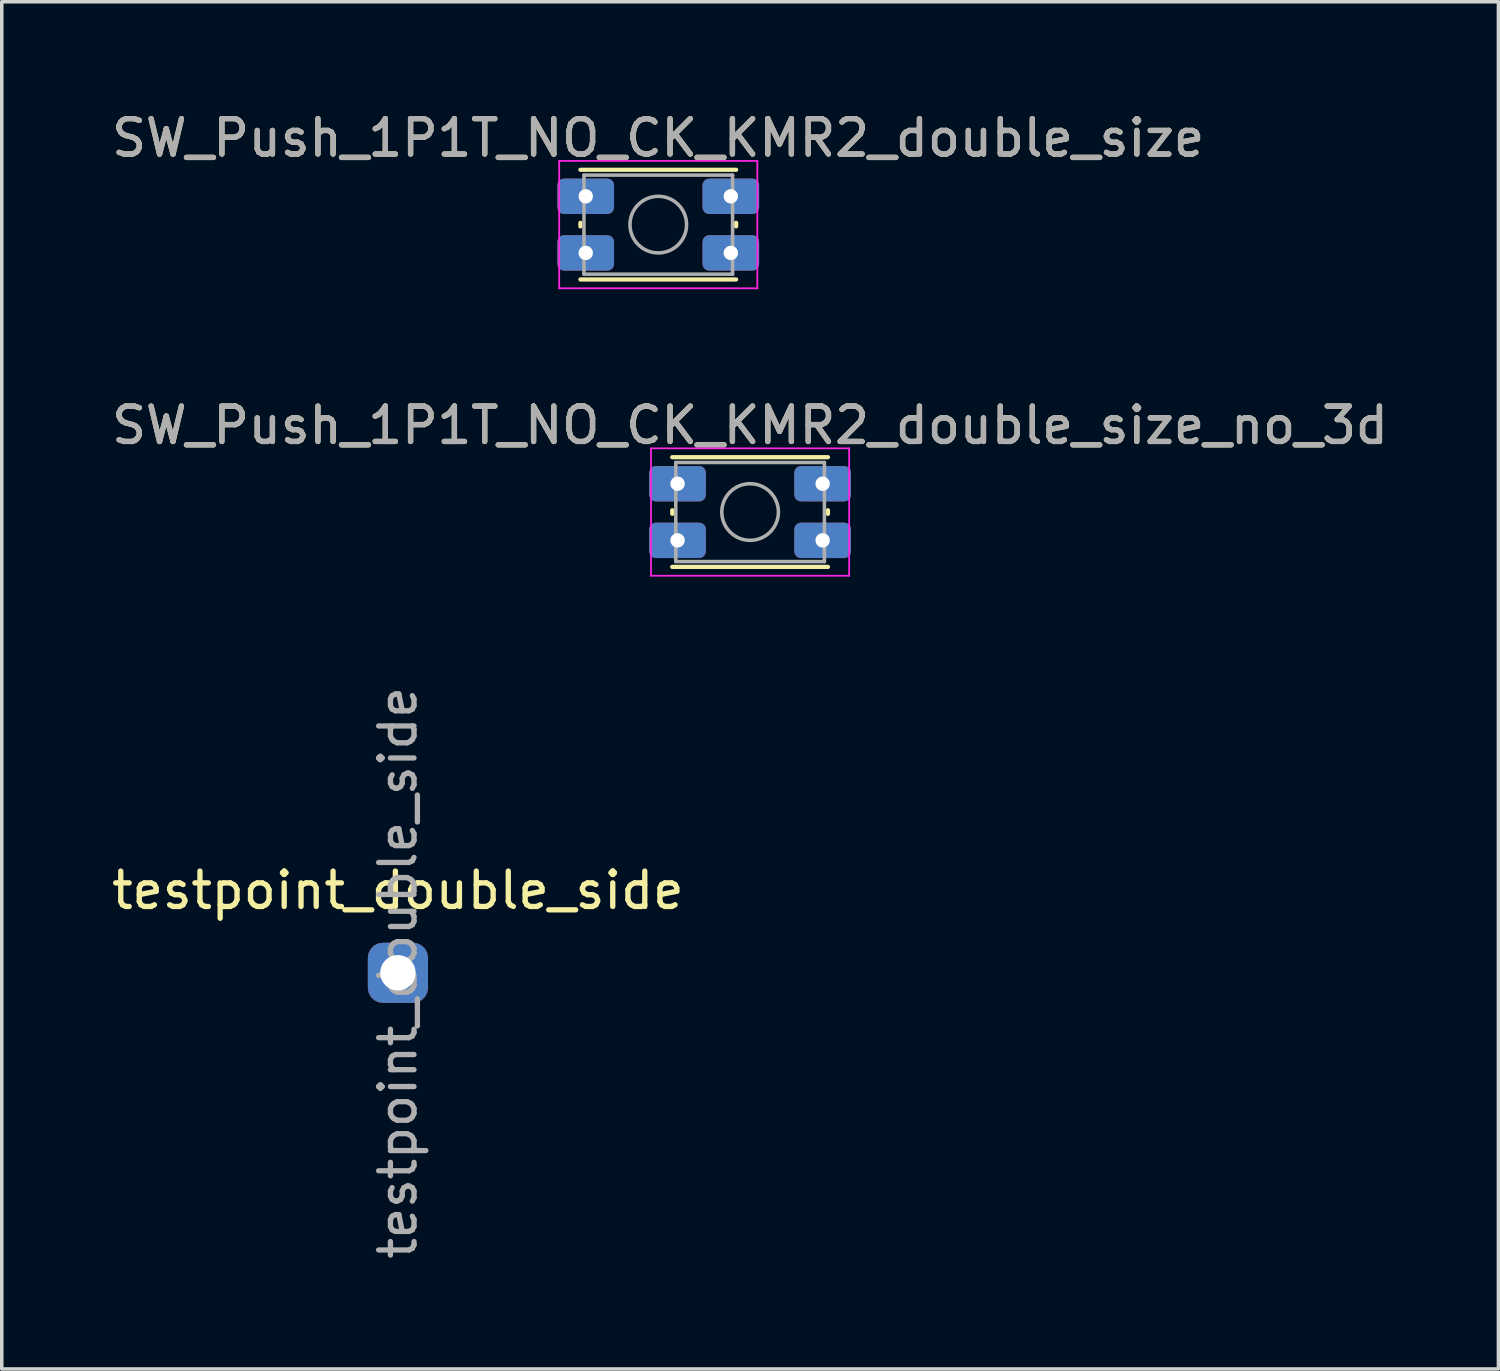
<source format=kicad_pcb>
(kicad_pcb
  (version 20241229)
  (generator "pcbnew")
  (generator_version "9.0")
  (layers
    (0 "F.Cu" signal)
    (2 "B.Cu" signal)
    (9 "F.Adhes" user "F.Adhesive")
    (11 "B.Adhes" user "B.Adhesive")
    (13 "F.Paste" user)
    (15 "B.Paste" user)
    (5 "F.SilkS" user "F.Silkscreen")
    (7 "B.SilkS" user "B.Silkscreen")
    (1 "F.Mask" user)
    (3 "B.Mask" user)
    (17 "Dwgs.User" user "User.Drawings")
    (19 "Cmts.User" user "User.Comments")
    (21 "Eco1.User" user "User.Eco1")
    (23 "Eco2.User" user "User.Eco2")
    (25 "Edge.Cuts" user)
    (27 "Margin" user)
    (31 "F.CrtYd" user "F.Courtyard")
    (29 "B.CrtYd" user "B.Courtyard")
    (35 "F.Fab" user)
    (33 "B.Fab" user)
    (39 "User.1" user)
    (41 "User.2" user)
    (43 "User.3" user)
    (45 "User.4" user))
  (footprint "SW_Push_1P1T_NO_CK_KMR2_double_size"
    (layer "F.Cu")
    (at 15.554 3.298)
    (property "Reference" "SW_Push_1P1T_NO_CK_KMR2_double_size" (at 0 -2.45 0) (layer "F.SilkS") (effects (font (size 1 1) (thickness 0.15))))
    (attr smd)
    (fp_line (start -2.2 0.05) (end -2.2 -0.05) (stroke (width 0.12) (type solid)) (layer "F.SilkS"))
    (fp_line (start -2.2 1.55) (end 2.2 1.55) (stroke (width 0.12) (type solid)) (layer "F.SilkS"))
    (fp_line (start 2.2 -1.55) (end -2.2 -1.55) (stroke (width 0.12) (type solid)) (layer "F.SilkS"))
    (fp_line (start 2.2 0.05) (end 2.2 -0.05) (stroke (width 0.12) (type solid)) (layer "F.SilkS"))
    (fp_line (start -2.8 -1.8) (end 2.8 -1.8) (stroke (width 0.05) (type solid)) (layer "F.CrtYd"))
    (fp_line (start -2.8 1.8) (end -2.8 -1.8) (stroke (width 0.05) (type solid)) (layer "F.CrtYd"))
    (fp_line (start 2.8 -1.8) (end 2.8 1.8) (stroke (width 0.05) (type solid)) (layer "F.CrtYd"))
    (fp_line (start 2.8 1.8) (end -2.8 1.8) (stroke (width 0.05) (type solid)) (layer "F.CrtYd"))
    (fp_line (start -2.1 -1.4) (end 2.1 -1.4) (stroke (width 0.1) (type solid)) (layer "F.Fab"))
    (fp_line (start -2.1 1.4) (end -2.1 -1.4) (stroke (width 0.1) (type solid)) (layer "F.Fab"))
    (fp_line (start 2.1 -1.4) (end 2.1 1.4) (stroke (width 0.1) (type solid)) (layer "F.Fab"))
    (fp_line (start 2.1 1.4) (end -2.1 1.4) (stroke (width 0.1) (type solid)) (layer "F.Fab"))
    (fp_circle (center 0 0) (end 0 0.8) (stroke (width 0.1) (type solid)) (fill no) (layer "F.Fab"))
    (fp_text user "${REFERENCE}" (at 0 -2.45 0) (layer "F.Fab") (effects (font (size 1 1) (thickness 0.15))))
    (pad "1" thru_hole roundrect (at -2.05 -0.8) (size 1.6 1) (drill 0.406) (layers "*.Cu" "*.Mask") (roundrect_rratio 0.187))
    (pad "1" thru_hole roundrect (at 2.05 -0.8) (size 1.6 1) (drill 0.406) (layers "*.Cu" "*.Mask") (roundrect_rratio 0.187))
    (pad "2" thru_hole roundrect (at -2.05 0.8) (size 1.6 1) (drill 0.406) (layers "*.Cu" "*.Mask") (roundrect_rratio 0.187))
    (pad "2" thru_hole roundrect (at 2.05 0.8) (size 1.6 1) (drill 0.406) (layers "*.Cu" "*.Mask") (roundrect_rratio 0.187)))
  (footprint "SW_Push_1P1T_NO_CK_KMR2_double_size_no_3d"
    (layer "F.Cu")
    (at 18.149 11.421)
    (property "Reference" "SW_Push_1P1T_NO_CK_KMR2_double_size_no_3d" (at 0 -2.45 0) (layer "F.SilkS") (effects (font (size 1 1) (thickness 0.15))))
    (attr smd)
    (fp_line (start -2.2 0.05) (end -2.2 -0.05) (stroke (width 0.12) (type solid)) (layer "F.SilkS"))
    (fp_line (start -2.2 1.55) (end 2.2 1.55) (stroke (width 0.12) (type solid)) (layer "F.SilkS"))
    (fp_line (start 2.2 -1.55) (end -2.2 -1.55) (stroke (width 0.12) (type solid)) (layer "F.SilkS"))
    (fp_line (start 2.2 0.05) (end 2.2 -0.05) (stroke (width 0.12) (type solid)) (layer "F.SilkS"))
    (fp_line (start -2.8 -1.8) (end 2.8 -1.8) (stroke (width 0.05) (type solid)) (layer "F.CrtYd"))
    (fp_line (start -2.8 1.8) (end -2.8 -1.8) (stroke (width 0.05) (type solid)) (layer "F.CrtYd"))
    (fp_line (start 2.8 -1.8) (end 2.8 1.8) (stroke (width 0.05) (type solid)) (layer "F.CrtYd"))
    (fp_line (start 2.8 1.8) (end -2.8 1.8) (stroke (width 0.05) (type solid)) (layer "F.CrtYd"))
    (fp_line (start -2.1 -1.4) (end 2.1 -1.4) (stroke (width 0.1) (type solid)) (layer "F.Fab"))
    (fp_line (start -2.1 1.4) (end -2.1 -1.4) (stroke (width 0.1) (type solid)) (layer "F.Fab"))
    (fp_line (start 2.1 -1.4) (end 2.1 1.4) (stroke (width 0.1) (type solid)) (layer "F.Fab"))
    (fp_line (start 2.1 1.4) (end -2.1 1.4) (stroke (width 0.1) (type solid)) (layer "F.Fab"))
    (fp_circle (center 0 0) (end 0 0.8) (stroke (width 0.1) (type solid)) (fill no) (layer "F.Fab"))
    (fp_text user "${REFERENCE}" (at 0 -2.45 0) (layer "F.Fab") (effects (font (size 1 1) (thickness 0.15))))
    (pad "1" thru_hole roundrect (at -2.05 -0.8) (size 1.6 1) (drill 0.406) (layers "*.Cu" "*.Mask") (roundrect_rratio 0.187))
    (pad "1" thru_hole roundrect (at 2.05 -0.8) (size 1.6 1) (drill 0.406) (layers "*.Cu" "*.Mask") (roundrect_rratio 0.187))
    (pad "2" thru_hole roundrect (at -2.05 0.8) (size 1.6 1) (drill 0.406) (layers "*.Cu" "*.Mask") (roundrect_rratio 0.187))
    (pad "2" thru_hole roundrect (at 2.05 0.8) (size 1.6 1) (drill 0.406) (layers "*.Cu" "*.Mask") (roundrect_rratio 0.187)))
  (footprint "testpoint_double_side"
    (layer "F.Cu")
    (at 8.196 24.443)
    (property "Reference" "testpoint_double_side" (at 0 -2.33 0) (layer "F.SilkS") (effects (font (size 1 1) (thickness 0.15))))
    (attr through_hole)
    (fp_text user "${REFERENCE}" (at 0 0 90) (layer "F.Fab") (effects (font (size 1 1) (thickness 0.15))))
    (pad "1" thru_hole roundrect (at 0 0) (size 1.7 1.7) (drill 1) (layers "*.Cu" "*.Mask") (roundrect_rratio 0.25)))
  (gr_rect
    (start -3 -3)
    (end 39.298 35.639)
    (stroke (width 0.1) (type default))
    (fill no)
    (layer "Edge.Cuts")))
</source>
